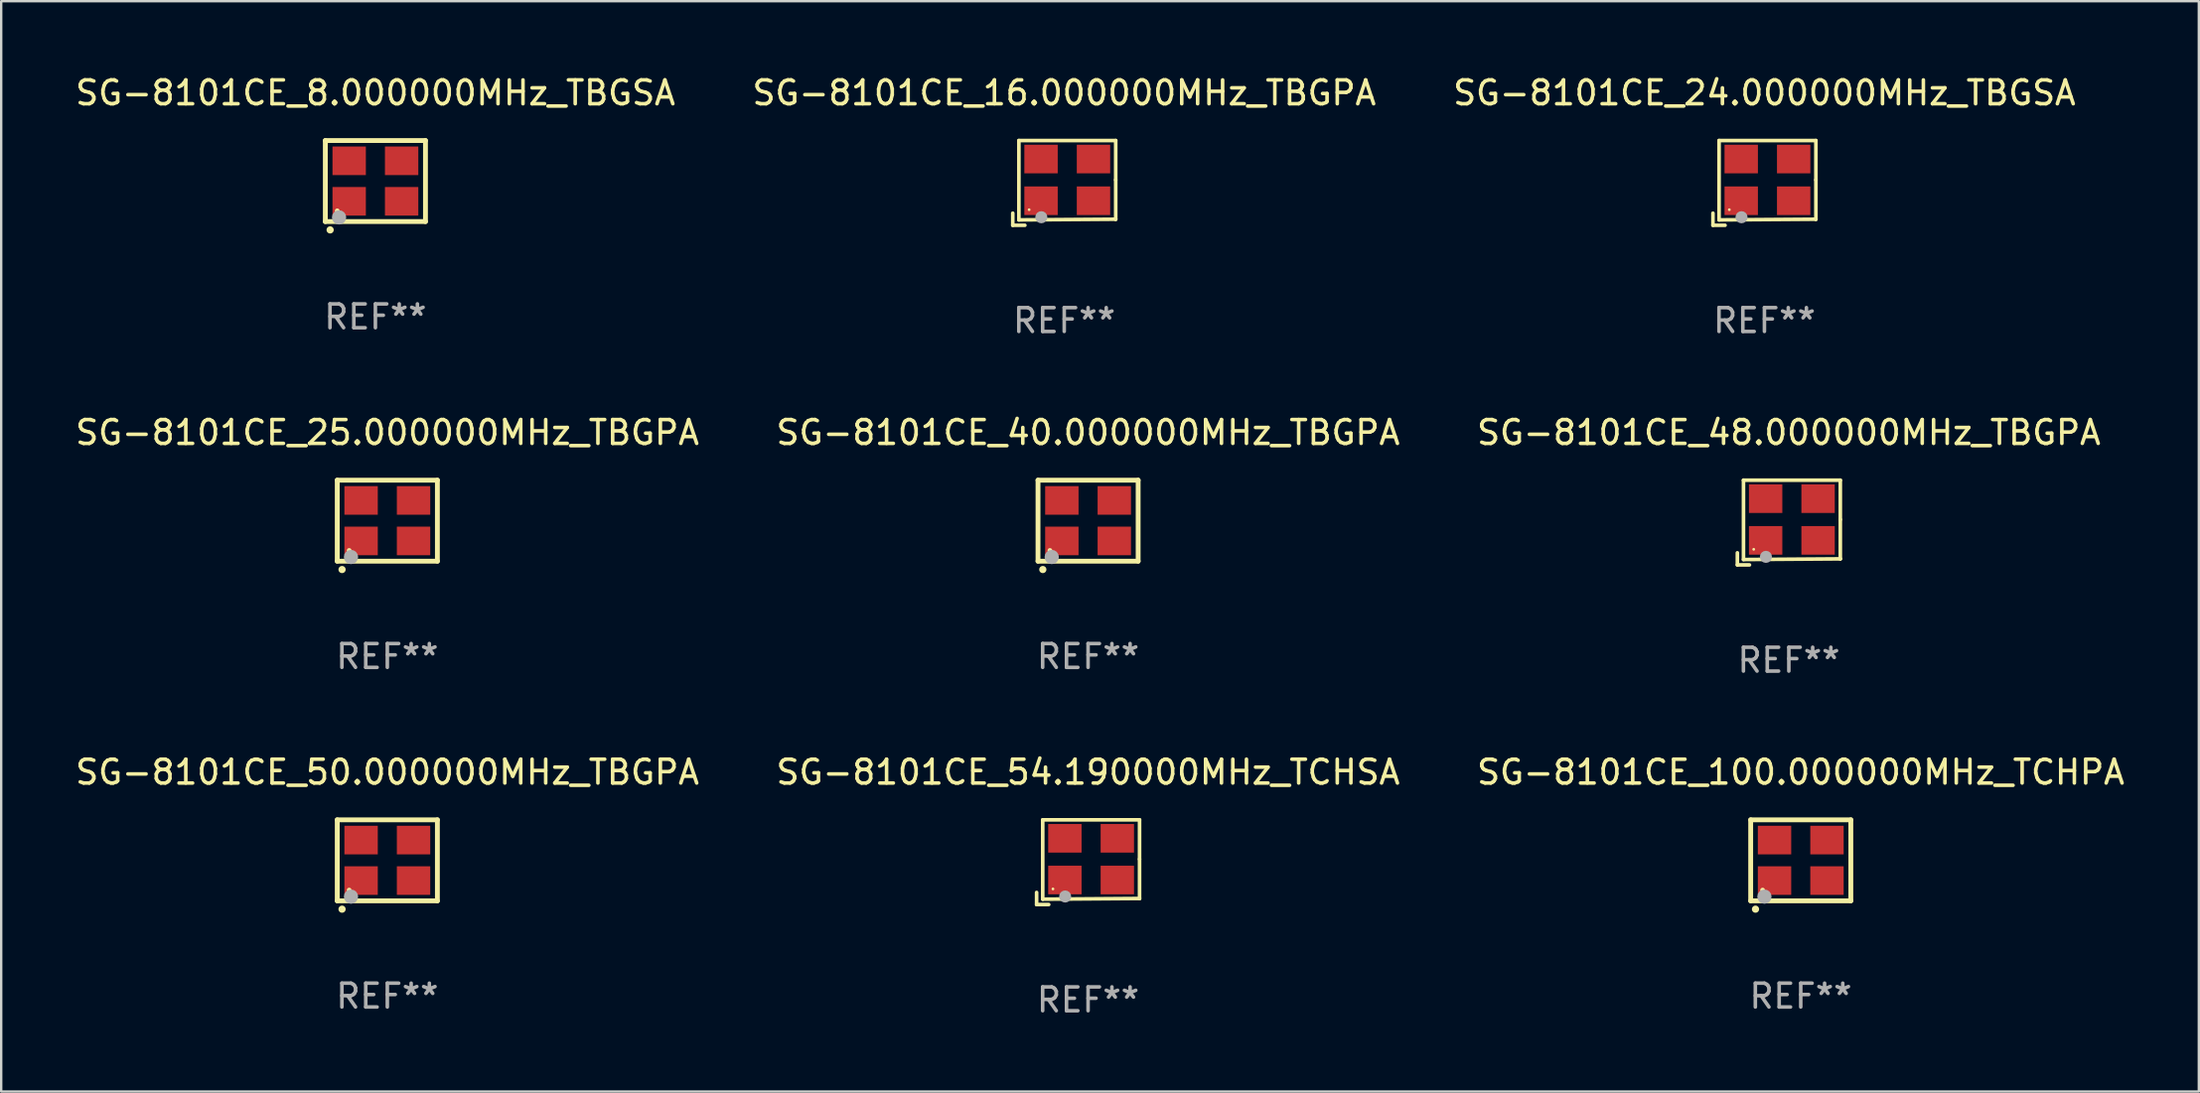
<source format=kicad_pcb>
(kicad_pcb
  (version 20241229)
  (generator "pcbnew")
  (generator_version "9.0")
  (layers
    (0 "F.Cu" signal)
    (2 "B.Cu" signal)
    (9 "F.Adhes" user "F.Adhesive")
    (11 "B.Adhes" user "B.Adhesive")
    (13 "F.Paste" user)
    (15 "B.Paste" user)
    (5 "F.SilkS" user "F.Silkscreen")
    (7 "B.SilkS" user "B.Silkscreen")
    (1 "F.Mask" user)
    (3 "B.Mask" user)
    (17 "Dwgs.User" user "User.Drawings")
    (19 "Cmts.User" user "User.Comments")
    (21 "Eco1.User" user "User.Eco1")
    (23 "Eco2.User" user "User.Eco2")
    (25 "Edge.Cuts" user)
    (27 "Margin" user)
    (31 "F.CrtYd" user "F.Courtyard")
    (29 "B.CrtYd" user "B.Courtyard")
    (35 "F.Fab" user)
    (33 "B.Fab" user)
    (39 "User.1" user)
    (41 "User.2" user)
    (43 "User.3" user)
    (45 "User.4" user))
  (footprint "SG-8101CE_8.000000MHz_TBGSA"
    (layer "F.Cu")
    (at 12.696 4.548)
    (property "Reference" "SG-8101CE_8.000000MHz_TBGSA" (at 0 -3.7 0) (layer "F.SilkS") (effects (font (size 1 1) (thickness 0.15))))
    (attr through_hole)
    (fp_line (start -2.1 -1.7) (end -2.1 1.7) (stroke (width 0.203) (type solid)) (layer "F.SilkS"))
    (fp_line (start -2.1 1.7) (end 2.1 1.7) (stroke (width 0.203) (type solid)) (layer "F.SilkS"))
    (fp_line (start 2.1 -1.7) (end -2.1 -1.7) (stroke (width 0.203) (type solid)) (layer "F.SilkS"))
    (fp_line (start 2.1 1.7) (end 2.1 -1.7) (stroke (width 0.203) (type solid)) (layer "F.SilkS"))
    (fp_arc (start -1.899924 2.049784) (mid -1.898654 2.049779) (end -1.897384 2.049784) (stroke (width 0.3) (type solid)) (layer "F.SilkS"))
    (fp_circle (center -1.6 1.25) (end -1.55 1.25) (stroke (width 0.1) (type solid)) (fill no) (layer "F.SilkS"))
    (fp_circle (center -1.524 1.524) (end -1.374 1.524) (stroke (width 0.3) (type solid)) (fill no) (layer "F.Fab"))
    (fp_text user "REF**" (at 0 5.7 0) (layer "F.Fab") (effects (font (size 1 1) (thickness 0.15))))
    (pad "1" smd rect (at -1.1 0.85) (size 1.4 1.2) (layers "F.Cu" "F.Mask" "F.Paste"))
    (pad "2" smd rect (at 1.1 0.85) (size 1.4 1.2) (layers "F.Cu" "F.Mask" "F.Paste"))
    (pad "3" smd rect (at 1.1 -0.85) (size 1.4 1.2) (layers "F.Cu" "F.Mask" "F.Paste"))
    (pad "4" smd rect (at -1.1 -0.85) (size 1.4 1.2) (layers "F.Cu" "F.Mask" "F.Paste")))
  (footprint "SG-8101CE_100.000000MHz_TCHPA"
    (layer "F.Cu")
    (at 72.482 33.054)
    (property "Reference" "SG-8101CE_100.000000MHz_TCHPA" (at 0 -3.7 0) (layer "F.SilkS") (effects (font (size 1 1) (thickness 0.15))))
    (attr through_hole)
    (fp_line (start -2.1 -1.7) (end -2.1 1.7) (stroke (width 0.203) (type solid)) (layer "F.SilkS"))
    (fp_line (start -2.1 1.7) (end 2.1 1.7) (stroke (width 0.203) (type solid)) (layer "F.SilkS"))
    (fp_line (start 2.1 -1.7) (end -2.1 -1.7) (stroke (width 0.203) (type solid)) (layer "F.SilkS"))
    (fp_line (start 2.1 1.7) (end 2.1 -1.7) (stroke (width 0.203) (type solid)) (layer "F.SilkS"))
    (fp_arc (start -1.899924 2.049784) (mid -1.898654 2.049779) (end -1.897384 2.049784) (stroke (width 0.3) (type solid)) (layer "F.SilkS"))
    (fp_circle (center -1.6 1.25) (end -1.55 1.25) (stroke (width 0.1) (type solid)) (fill no) (layer "F.SilkS"))
    (fp_circle (center -1.524 1.524) (end -1.374 1.524) (stroke (width 0.3) (type solid)) (fill no) (layer "F.Fab"))
    (fp_text user "REF**" (at 0 5.7 0) (layer "F.Fab") (effects (font (size 1 1) (thickness 0.15))))
    (pad "1" smd rect (at -1.1 0.85) (size 1.4 1.2) (layers "F.Cu" "F.Mask" "F.Paste"))
    (pad "2" smd rect (at 1.1 0.85) (size 1.4 1.2) (layers "F.Cu" "F.Mask" "F.Paste"))
    (pad "3" smd rect (at 1.1 -0.85) (size 1.4 1.2) (layers "F.Cu" "F.Mask" "F.Paste"))
    (pad "4" smd rect (at -1.1 -0.85) (size 1.4 1.2) (layers "F.Cu" "F.Mask" "F.Paste")))
  (footprint "SG-8101CE_25.000000MHz_TBGPA"
    (layer "F.Cu")
    (at 13.196 18.801)
    (property "Reference" "SG-8101CE_25.000000MHz_TBGPA" (at 0 -3.7 0) (layer "F.SilkS") (effects (font (size 1 1) (thickness 0.15))))
    (attr through_hole)
    (fp_line (start -2.1 -1.7) (end -2.1 1.7) (stroke (width 0.203) (type solid)) (layer "F.SilkS"))
    (fp_line (start -2.1 1.7) (end 2.1 1.7) (stroke (width 0.203) (type solid)) (layer "F.SilkS"))
    (fp_line (start 2.1 -1.7) (end -2.1 -1.7) (stroke (width 0.203) (type solid)) (layer "F.SilkS"))
    (fp_line (start 2.1 1.7) (end 2.1 -1.7) (stroke (width 0.203) (type solid)) (layer "F.SilkS"))
    (fp_arc (start -1.899924 2.049784) (mid -1.898654 2.049779) (end -1.897384 2.049784) (stroke (width 0.3) (type solid)) (layer "F.SilkS"))
    (fp_circle (center -1.6 1.25) (end -1.55 1.25) (stroke (width 0.1) (type solid)) (fill no) (layer "F.SilkS"))
    (fp_circle (center -1.524 1.524) (end -1.374 1.524) (stroke (width 0.3) (type solid)) (fill no) (layer "F.Fab"))
    (fp_text user "REF**" (at 0 5.7 0) (layer "F.Fab") (effects (font (size 1 1) (thickness 0.15))))
    (pad "1" smd rect (at -1.1 0.85) (size 1.4 1.2) (layers "F.Cu" "F.Mask" "F.Paste"))
    (pad "2" smd rect (at 1.1 0.85) (size 1.4 1.2) (layers "F.Cu" "F.Mask" "F.Paste"))
    (pad "3" smd rect (at 1.1 -0.85) (size 1.4 1.2) (layers "F.Cu" "F.Mask" "F.Paste"))
    (pad "4" smd rect (at -1.1 -0.85) (size 1.4 1.2) (layers "F.Cu" "F.Mask" "F.Paste")))
  (footprint "SG-8101CE_50.000000MHz_TBGPA"
    (layer "F.Cu")
    (at 13.196 33.054)
    (property "Reference" "SG-8101CE_50.000000MHz_TBGPA" (at 0 -3.7 0) (layer "F.SilkS") (effects (font (size 1 1) (thickness 0.15))))
    (attr through_hole)
    (fp_line (start -2.1 -1.7) (end -2.1 1.7) (stroke (width 0.203) (type solid)) (layer "F.SilkS"))
    (fp_line (start -2.1 1.7) (end 2.1 1.7) (stroke (width 0.203) (type solid)) (layer "F.SilkS"))
    (fp_line (start 2.1 -1.7) (end -2.1 -1.7) (stroke (width 0.203) (type solid)) (layer "F.SilkS"))
    (fp_line (start 2.1 1.7) (end 2.1 -1.7) (stroke (width 0.203) (type solid)) (layer "F.SilkS"))
    (fp_arc (start -1.899924 2.049784) (mid -1.898654 2.049779) (end -1.897384 2.049784) (stroke (width 0.3) (type solid)) (layer "F.SilkS"))
    (fp_circle (center -1.6 1.25) (end -1.55 1.25) (stroke (width 0.1) (type solid)) (fill no) (layer "F.SilkS"))
    (fp_circle (center -1.524 1.524) (end -1.374 1.524) (stroke (width 0.3) (type solid)) (fill no) (layer "F.Fab"))
    (fp_text user "REF**" (at 0 5.7 0) (layer "F.Fab") (effects (font (size 1 1) (thickness 0.15))))
    (pad "1" smd rect (at -1.1 0.85) (size 1.4 1.2) (layers "F.Cu" "F.Mask" "F.Paste"))
    (pad "2" smd rect (at 1.1 0.85) (size 1.4 1.2) (layers "F.Cu" "F.Mask" "F.Paste"))
    (pad "3" smd rect (at 1.1 -0.85) (size 1.4 1.2) (layers "F.Cu" "F.Mask" "F.Paste"))
    (pad "4" smd rect (at -1.1 -0.85) (size 1.4 1.2) (layers "F.Cu" "F.Mask" "F.Paste")))
  (footprint "SG-8101CE_40.000000MHz_TBGPA"
    (layer "F.Cu")
    (at 42.589 18.801)
    (property "Reference" "SG-8101CE_40.000000MHz_TBGPA" (at 0 -3.7 0) (layer "F.SilkS") (effects (font (size 1 1) (thickness 0.15))))
    (attr through_hole)
    (fp_line (start -2.1 -1.7) (end -2.1 1.7) (stroke (width 0.203) (type solid)) (layer "F.SilkS"))
    (fp_line (start -2.1 1.7) (end 2.1 1.7) (stroke (width 0.203) (type solid)) (layer "F.SilkS"))
    (fp_line (start 2.1 -1.7) (end -2.1 -1.7) (stroke (width 0.203) (type solid)) (layer "F.SilkS"))
    (fp_line (start 2.1 1.7) (end 2.1 -1.7) (stroke (width 0.203) (type solid)) (layer "F.SilkS"))
    (fp_arc (start -1.899924 2.049784) (mid -1.898654 2.049779) (end -1.897384 2.049784) (stroke (width 0.3) (type solid)) (layer "F.SilkS"))
    (fp_circle (center -1.6 1.25) (end -1.55 1.25) (stroke (width 0.1) (type solid)) (fill no) (layer "F.SilkS"))
    (fp_circle (center -1.524 1.524) (end -1.374 1.524) (stroke (width 0.3) (type solid)) (fill no) (layer "F.Fab"))
    (fp_text user "REF**" (at 0 5.7 0) (layer "F.Fab") (effects (font (size 1 1) (thickness 0.15))))
    (pad "1" smd rect (at -1.1 0.85) (size 1.4 1.2) (layers "F.Cu" "F.Mask" "F.Paste"))
    (pad "2" smd rect (at 1.1 0.85) (size 1.4 1.2) (layers "F.Cu" "F.Mask" "F.Paste"))
    (pad "3" smd rect (at 1.1 -0.85) (size 1.4 1.2) (layers "F.Cu" "F.Mask" "F.Paste"))
    (pad "4" smd rect (at -1.1 -0.85) (size 1.4 1.2) (layers "F.Cu" "F.Mask" "F.Paste")))
  (footprint "SG-8101CE_24.000000MHz_TBGSA"
    (layer "F.Cu")
    (at 70.958 4.626)
    (property "Reference" "SG-8101CE_24.000000MHz_TBGSA" (at 0 -3.778 0) (layer "F.SilkS") (effects (font (size 1 1) (thickness 0.15))))
    (attr through_hole)
    (fp_line (start -2.159 1.27) (end -2.159 1.778) (stroke (width 0.152) (type solid)) (layer "F.SilkS"))
    (fp_line (start -2.159 1.778) (end -1.651 1.778) (stroke (width 0.152) (type solid)) (layer "F.SilkS"))
    (fp_line (start -1.902 -1.778) (end 2.159 -1.778) (stroke (width 0.152) (type solid)) (layer "F.SilkS"))
    (fp_line (start -1.902 1.552) (end -1.902 -1.778) (stroke (width 0.152) (type solid)) (layer "F.SilkS"))
    (fp_line (start 2.159 -1.778) (end 2.159 -0.127) (stroke (width 0.152) (type solid)) (layer "F.SilkS"))
    (fp_line (start 2.159 -0.127) (end 2.159 1.524) (stroke (width 0.152) (type solid)) (layer "F.SilkS"))
    (fp_line (start 2.159 1.524) (end -1.902 1.552) (stroke (width 0.152) (type solid)) (layer "F.SilkS"))
    (fp_line (start 2.159 1.524) (end 2.159 1.524) (stroke (width 0.152) (type solid)) (layer "F.SilkS"))
    (fp_circle (center -1.473 1.123) (end -1.443 1.123) (stroke (width 0.06) (type solid)) (fill no) (layer "F.SilkS"))
    (fp_circle (center -0.961 1.44) (end -0.834 1.44) (stroke (width 0.254) (type solid)) (fill no) (layer "F.Fab"))
    (fp_text user "REF**" (at 0 5.778 0) (layer "F.Fab") (effects (font (size 1 1) (thickness 0.15))))
    (pad "1" smd rect (at -0.973 0.748) (size 1.4 1.2) (layers "F.Cu" "F.Mask" "F.Paste"))
    (pad "2" smd rect (at 1.227 0.748) (size 1.4 1.2) (layers "F.Cu" "F.Mask" "F.Paste"))
    (pad "3" smd rect (at 1.227 -1.002) (size 1.4 1.2) (layers "F.Cu" "F.Mask" "F.Paste"))
    (pad "4" smd rect (at -0.973 -1.002) (size 1.4 1.2) (layers "F.Cu" "F.Mask" "F.Paste")))
  (footprint "SG-8101CE_16.000000MHz_TBGPA"
    (layer "F.Cu")
    (at 41.589 4.626)
    (property "Reference" "SG-8101CE_16.000000MHz_TBGPA" (at 0 -3.778 0) (layer "F.SilkS") (effects (font (size 1 1) (thickness 0.15))))
    (attr through_hole)
    (fp_line (start -2.159 1.27) (end -2.159 1.778) (stroke (width 0.152) (type solid)) (layer "F.SilkS"))
    (fp_line (start -2.159 1.778) (end -1.651 1.778) (stroke (width 0.152) (type solid)) (layer "F.SilkS"))
    (fp_line (start -1.902 -1.778) (end 2.159 -1.778) (stroke (width 0.152) (type solid)) (layer "F.SilkS"))
    (fp_line (start -1.902 1.552) (end -1.902 -1.778) (stroke (width 0.152) (type solid)) (layer "F.SilkS"))
    (fp_line (start 2.159 -1.778) (end 2.159 -0.127) (stroke (width 0.152) (type solid)) (layer "F.SilkS"))
    (fp_line (start 2.159 -0.127) (end 2.159 1.524) (stroke (width 0.152) (type solid)) (layer "F.SilkS"))
    (fp_line (start 2.159 1.524) (end -1.902 1.552) (stroke (width 0.152) (type solid)) (layer "F.SilkS"))
    (fp_line (start 2.159 1.524) (end 2.159 1.524) (stroke (width 0.152) (type solid)) (layer "F.SilkS"))
    (fp_circle (center -1.473 1.123) (end -1.443 1.123) (stroke (width 0.06) (type solid)) (fill no) (layer "F.SilkS"))
    (fp_circle (center -0.961 1.44) (end -0.834 1.44) (stroke (width 0.254) (type solid)) (fill no) (layer "F.Fab"))
    (fp_text user "REF**" (at 0 5.778 0) (layer "F.Fab") (effects (font (size 1 1) (thickness 0.15))))
    (pad "1" smd rect (at -0.973 0.748) (size 1.4 1.2) (layers "F.Cu" "F.Mask" "F.Paste"))
    (pad "2" smd rect (at 1.227 0.748) (size 1.4 1.2) (layers "F.Cu" "F.Mask" "F.Paste"))
    (pad "3" smd rect (at 1.227 -1.002) (size 1.4 1.2) (layers "F.Cu" "F.Mask" "F.Paste"))
    (pad "4" smd rect (at -0.973 -1.002) (size 1.4 1.2) (layers "F.Cu" "F.Mask" "F.Paste")))
  (footprint "SG-8101CE_54.190000MHz_TCHSA"
    (layer "F.Cu")
    (at 42.589 33.132)
    (property "Reference" "SG-8101CE_54.190000MHz_TCHSA" (at 0 -3.778 0) (layer "F.SilkS") (effects (font (size 1 1) (thickness 0.15))))
    (attr through_hole)
    (fp_line (start -2.159 1.27) (end -2.159 1.778) (stroke (width 0.152) (type solid)) (layer "F.SilkS"))
    (fp_line (start -2.159 1.778) (end -1.651 1.778) (stroke (width 0.152) (type solid)) (layer "F.SilkS"))
    (fp_line (start -1.902 -1.778) (end 2.159 -1.778) (stroke (width 0.152) (type solid)) (layer "F.SilkS"))
    (fp_line (start -1.902 1.552) (end -1.902 -1.778) (stroke (width 0.152) (type solid)) (layer "F.SilkS"))
    (fp_line (start 2.159 -1.778) (end 2.159 -0.127) (stroke (width 0.152) (type solid)) (layer "F.SilkS"))
    (fp_line (start 2.159 -0.127) (end 2.159 1.524) (stroke (width 0.152) (type solid)) (layer "F.SilkS"))
    (fp_line (start 2.159 1.524) (end -1.902 1.552) (stroke (width 0.152) (type solid)) (layer "F.SilkS"))
    (fp_line (start 2.159 1.524) (end 2.159 1.524) (stroke (width 0.152) (type solid)) (layer "F.SilkS"))
    (fp_circle (center -1.473 1.123) (end -1.443 1.123) (stroke (width 0.06) (type solid)) (fill no) (layer "F.SilkS"))
    (fp_circle (center -0.961 1.44) (end -0.834 1.44) (stroke (width 0.254) (type solid)) (fill no) (layer "F.Fab"))
    (fp_text user "REF**" (at 0 5.778 0) (layer "F.Fab") (effects (font (size 1 1) (thickness 0.15))))
    (pad "1" smd rect (at -0.973 0.748) (size 1.4 1.2) (layers "F.Cu" "F.Mask" "F.Paste"))
    (pad "2" smd rect (at 1.227 0.748) (size 1.4 1.2) (layers "F.Cu" "F.Mask" "F.Paste"))
    (pad "3" smd rect (at 1.227 -1.002) (size 1.4 1.2) (layers "F.Cu" "F.Mask" "F.Paste"))
    (pad "4" smd rect (at -0.973 -1.002) (size 1.4 1.2) (layers "F.Cu" "F.Mask" "F.Paste")))
  (footprint "SG-8101CE_48.000000MHz_TBGPA"
    (layer "F.Cu")
    (at 71.982 18.879)
    (property "Reference" "SG-8101CE_48.000000MHz_TBGPA" (at 0 -3.778 0) (layer "F.SilkS") (effects (font (size 1 1) (thickness 0.15))))
    (attr through_hole)
    (fp_line (start -2.159 1.27) (end -2.159 1.778) (stroke (width 0.152) (type solid)) (layer "F.SilkS"))
    (fp_line (start -2.159 1.778) (end -1.651 1.778) (stroke (width 0.152) (type solid)) (layer "F.SilkS"))
    (fp_line (start -1.902 -1.778) (end 2.159 -1.778) (stroke (width 0.152) (type solid)) (layer "F.SilkS"))
    (fp_line (start -1.902 1.552) (end -1.902 -1.778) (stroke (width 0.152) (type solid)) (layer "F.SilkS"))
    (fp_line (start 2.159 -1.778) (end 2.159 -0.127) (stroke (width 0.152) (type solid)) (layer "F.SilkS"))
    (fp_line (start 2.159 -0.127) (end 2.159 1.524) (stroke (width 0.152) (type solid)) (layer "F.SilkS"))
    (fp_line (start 2.159 1.524) (end -1.902 1.552) (stroke (width 0.152) (type solid)) (layer "F.SilkS"))
    (fp_line (start 2.159 1.524) (end 2.159 1.524) (stroke (width 0.152) (type solid)) (layer "F.SilkS"))
    (fp_circle (center -1.473 1.123) (end -1.443 1.123) (stroke (width 0.06) (type solid)) (fill no) (layer "F.SilkS"))
    (fp_circle (center -0.961 1.44) (end -0.834 1.44) (stroke (width 0.254) (type solid)) (fill no) (layer "F.Fab"))
    (fp_text user "REF**" (at 0 5.778 0) (layer "F.Fab") (effects (font (size 1 1) (thickness 0.15))))
    (pad "1" smd rect (at -0.973 0.748) (size 1.4 1.2) (layers "F.Cu" "F.Mask" "F.Paste"))
    (pad "2" smd rect (at 1.227 0.748) (size 1.4 1.2) (layers "F.Cu" "F.Mask" "F.Paste"))
    (pad "3" smd rect (at 1.227 -1.002) (size 1.4 1.2) (layers "F.Cu" "F.Mask" "F.Paste"))
    (pad "4" smd rect (at -0.973 -1.002) (size 1.4 1.2) (layers "F.Cu" "F.Mask" "F.Paste")))
  (gr_rect
    (start -3 -3)
    (end 89.179 42.758)
    (stroke (width 0.1) (type default))
    (fill no)
    (layer "Edge.Cuts")))
</source>
